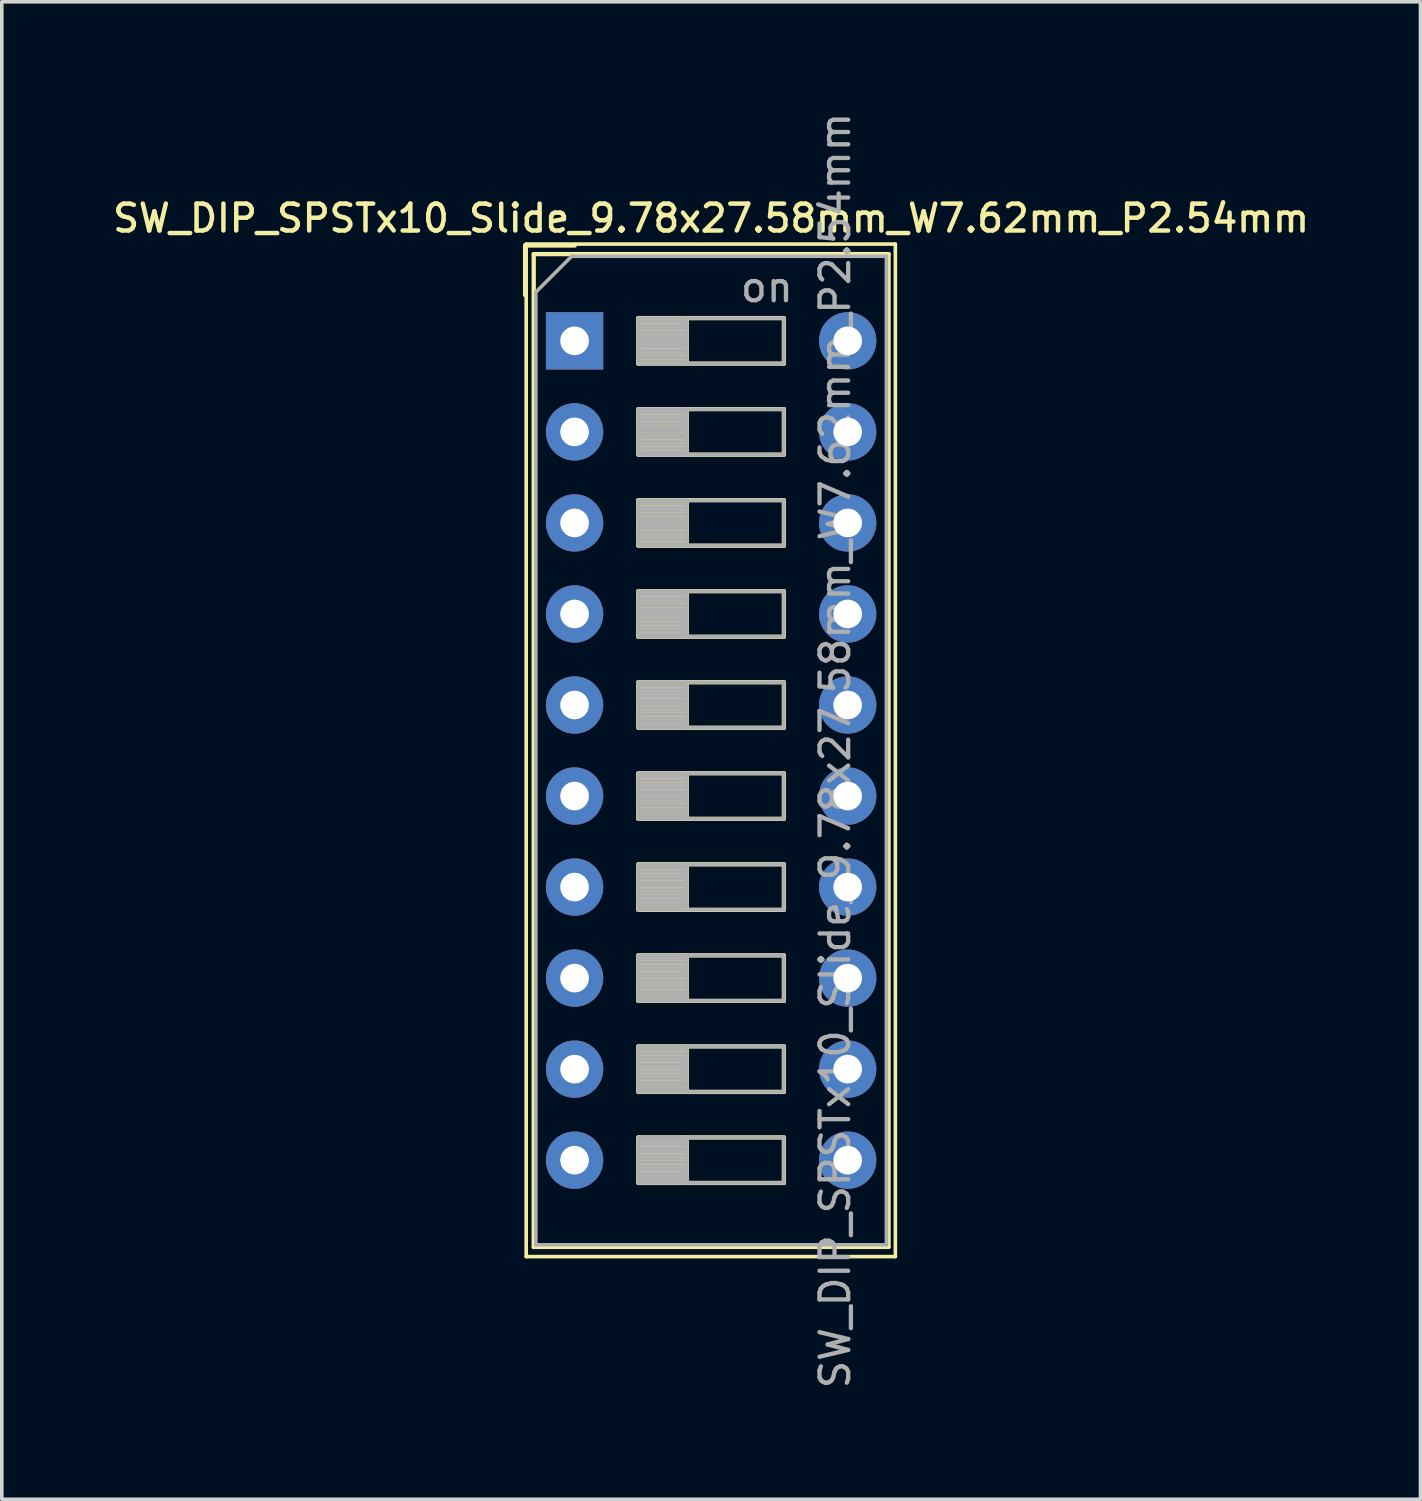
<source format=kicad_pcb>
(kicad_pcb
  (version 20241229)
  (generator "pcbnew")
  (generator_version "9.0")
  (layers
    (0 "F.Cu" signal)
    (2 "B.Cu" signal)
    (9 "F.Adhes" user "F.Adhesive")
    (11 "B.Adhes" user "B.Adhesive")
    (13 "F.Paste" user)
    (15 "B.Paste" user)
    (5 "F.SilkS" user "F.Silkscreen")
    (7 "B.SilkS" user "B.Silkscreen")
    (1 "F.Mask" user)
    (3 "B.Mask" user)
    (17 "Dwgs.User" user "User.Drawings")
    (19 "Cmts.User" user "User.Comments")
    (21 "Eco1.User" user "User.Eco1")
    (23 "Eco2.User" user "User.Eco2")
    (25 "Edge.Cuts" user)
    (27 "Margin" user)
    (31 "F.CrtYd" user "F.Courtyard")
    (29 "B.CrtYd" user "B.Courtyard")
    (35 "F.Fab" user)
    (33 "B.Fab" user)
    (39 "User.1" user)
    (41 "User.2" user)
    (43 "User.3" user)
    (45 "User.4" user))
  (footprint "SW_DIP_SPSTx10_Slide_9.78x27.58mm_W7.62mm_P2.54mm"
    (layer "F.Cu")
    (at 12.981 6.46)
    (property "Reference" "SW_DIP_SPSTx10_Slide_9.78x27.58mm_W7.62mm_P2.54mm" (at 3.81 -3.42 0) (layer "F.SilkS") (effects (font (size 0.75 0.75) (thickness 0.125))))
    (attr through_hole)
    (fp_line (start -1.38 -2.66) (end -1.38 -1.277) (stroke (width 0.12) (type solid)) (layer "F.SilkS"))
    (fp_line (start -1.38 -2.66) (end 0.004 -2.66) (stroke (width 0.12) (type solid)) (layer "F.SilkS"))
    (fp_line (start -1.35 -2.7) (end -1.35 25.55) (stroke (width 0.1) (type solid)) (layer "F.SilkS"))
    (fp_line (start -1.35 25.55) (end 8.95 25.55) (stroke (width 0.1) (type solid)) (layer "F.SilkS"))
    (fp_line (start -1.14 -2.42) (end -1.14 25.28) (stroke (width 0.12) (type solid)) (layer "F.SilkS"))
    (fp_line (start -1.14 -2.42) (end 8.76 -2.42) (stroke (width 0.12) (type solid)) (layer "F.SilkS"))
    (fp_line (start -1.14 25.28) (end 8.76 25.28) (stroke (width 0.12) (type solid)) (layer "F.SilkS"))
    (fp_line (start 1.78 -0.635) (end 1.78 0.635) (stroke (width 0.12) (type solid)) (layer "F.SilkS"))
    (fp_line (start 1.78 -0.515) (end 3.133 -0.515) (stroke (width 0.12) (type solid)) (layer "F.SilkS"))
    (fp_line (start 1.78 -0.395) (end 3.133 -0.395) (stroke (width 0.12) (type solid)) (layer "F.SilkS"))
    (fp_line (start 1.78 -0.275) (end 3.133 -0.275) (stroke (width 0.12) (type solid)) (layer "F.SilkS"))
    (fp_line (start 1.78 -0.155) (end 3.133 -0.155) (stroke (width 0.12) (type solid)) (layer "F.SilkS"))
    (fp_line (start 1.78 -0.035) (end 3.133 -0.035) (stroke (width 0.12) (type solid)) (layer "F.SilkS"))
    (fp_line (start 1.78 0.085) (end 3.133 0.085) (stroke (width 0.12) (type solid)) (layer "F.SilkS"))
    (fp_line (start 1.78 0.205) (end 3.133 0.205) (stroke (width 0.12) (type solid)) (layer "F.SilkS"))
    (fp_line (start 1.78 0.325) (end 3.133 0.325) (stroke (width 0.12) (type solid)) (layer "F.SilkS"))
    (fp_line (start 1.78 0.445) (end 3.133 0.445) (stroke (width 0.12) (type solid)) (layer "F.SilkS"))
    (fp_line (start 1.78 0.565) (end 3.133 0.565) (stroke (width 0.12) (type solid)) (layer "F.SilkS"))
    (fp_line (start 1.78 0.635) (end 5.84 0.635) (stroke (width 0.12) (type solid)) (layer "F.SilkS"))
    (fp_line (start 1.78 1.905) (end 1.78 3.175) (stroke (width 0.12) (type solid)) (layer "F.SilkS"))
    (fp_line (start 1.78 2.025) (end 3.133 2.025) (stroke (width 0.12) (type solid)) (layer "F.SilkS"))
    (fp_line (start 1.78 2.145) (end 3.133 2.145) (stroke (width 0.12) (type solid)) (layer "F.SilkS"))
    (fp_line (start 1.78 2.265) (end 3.133 2.265) (stroke (width 0.12) (type solid)) (layer "F.SilkS"))
    (fp_line (start 1.78 2.385) (end 3.133 2.385) (stroke (width 0.12) (type solid)) (layer "F.SilkS"))
    (fp_line (start 1.78 2.505) (end 3.133 2.505) (stroke (width 0.12) (type solid)) (layer "F.SilkS"))
    (fp_line (start 1.78 2.625) (end 3.133 2.625) (stroke (width 0.12) (type solid)) (layer "F.SilkS"))
    (fp_line (start 1.78 2.745) (end 3.133 2.745) (stroke (width 0.12) (type solid)) (layer "F.SilkS"))
    (fp_line (start 1.78 2.865) (end 3.133 2.865) (stroke (width 0.12) (type solid)) (layer "F.SilkS"))
    (fp_line (start 1.78 2.985) (end 3.133 2.985) (stroke (width 0.12) (type solid)) (layer "F.SilkS"))
    (fp_line (start 1.78 3.105) (end 3.133 3.105) (stroke (width 0.12) (type solid)) (layer "F.SilkS"))
    (fp_line (start 1.78 3.175) (end 5.84 3.175) (stroke (width 0.12) (type solid)) (layer "F.SilkS"))
    (fp_line (start 1.78 4.445) (end 1.78 5.715) (stroke (width 0.12) (type solid)) (layer "F.SilkS"))
    (fp_line (start 1.78 4.565) (end 3.133 4.565) (stroke (width 0.12) (type solid)) (layer "F.SilkS"))
    (fp_line (start 1.78 4.685) (end 3.133 4.685) (stroke (width 0.12) (type solid)) (layer "F.SilkS"))
    (fp_line (start 1.78 4.805) (end 3.133 4.805) (stroke (width 0.12) (type solid)) (layer "F.SilkS"))
    (fp_line (start 1.78 4.925) (end 3.133 4.925) (stroke (width 0.12) (type solid)) (layer "F.SilkS"))
    (fp_line (start 1.78 5.045) (end 3.133 5.045) (stroke (width 0.12) (type solid)) (layer "F.SilkS"))
    (fp_line (start 1.78 5.165) (end 3.133 5.165) (stroke (width 0.12) (type solid)) (layer "F.SilkS"))
    (fp_line (start 1.78 5.285) (end 3.133 5.285) (stroke (width 0.12) (type solid)) (layer "F.SilkS"))
    (fp_line (start 1.78 5.405) (end 3.133 5.405) (stroke (width 0.12) (type solid)) (layer "F.SilkS"))
    (fp_line (start 1.78 5.525) (end 3.133 5.525) (stroke (width 0.12) (type solid)) (layer "F.SilkS"))
    (fp_line (start 1.78 5.645) (end 3.133 5.645) (stroke (width 0.12) (type solid)) (layer "F.SilkS"))
    (fp_line (start 1.78 5.715) (end 5.84 5.715) (stroke (width 0.12) (type solid)) (layer "F.SilkS"))
    (fp_line (start 1.78 6.985) (end 1.78 8.255) (stroke (width 0.12) (type solid)) (layer "F.SilkS"))
    (fp_line (start 1.78 7.105) (end 3.133 7.105) (stroke (width 0.12) (type solid)) (layer "F.SilkS"))
    (fp_line (start 1.78 7.225) (end 3.133 7.225) (stroke (width 0.12) (type solid)) (layer "F.SilkS"))
    (fp_line (start 1.78 7.345) (end 3.133 7.345) (stroke (width 0.12) (type solid)) (layer "F.SilkS"))
    (fp_line (start 1.78 7.465) (end 3.133 7.465) (stroke (width 0.12) (type solid)) (layer "F.SilkS"))
    (fp_line (start 1.78 7.585) (end 3.133 7.585) (stroke (width 0.12) (type solid)) (layer "F.SilkS"))
    (fp_line (start 1.78 7.705) (end 3.133 7.705) (stroke (width 0.12) (type solid)) (layer "F.SilkS"))
    (fp_line (start 1.78 7.825) (end 3.133 7.825) (stroke (width 0.12) (type solid)) (layer "F.SilkS"))
    (fp_line (start 1.78 7.945) (end 3.133 7.945) (stroke (width 0.12) (type solid)) (layer "F.SilkS"))
    (fp_line (start 1.78 8.065) (end 3.133 8.065) (stroke (width 0.12) (type solid)) (layer "F.SilkS"))
    (fp_line (start 1.78 8.185) (end 3.133 8.185) (stroke (width 0.12) (type solid)) (layer "F.SilkS"))
    (fp_line (start 1.78 8.255) (end 5.84 8.255) (stroke (width 0.12) (type solid)) (layer "F.SilkS"))
    (fp_line (start 1.78 9.525) (end 1.78 10.795) (stroke (width 0.12) (type solid)) (layer "F.SilkS"))
    (fp_line (start 1.78 9.645) (end 3.133 9.645) (stroke (width 0.12) (type solid)) (layer "F.SilkS"))
    (fp_line (start 1.78 9.765) (end 3.133 9.765) (stroke (width 0.12) (type solid)) (layer "F.SilkS"))
    (fp_line (start 1.78 9.885) (end 3.133 9.885) (stroke (width 0.12) (type solid)) (layer "F.SilkS"))
    (fp_line (start 1.78 10.005) (end 3.133 10.005) (stroke (width 0.12) (type solid)) (layer "F.SilkS"))
    (fp_line (start 1.78 10.125) (end 3.133 10.125) (stroke (width 0.12) (type solid)) (layer "F.SilkS"))
    (fp_line (start 1.78 10.245) (end 3.133 10.245) (stroke (width 0.12) (type solid)) (layer "F.SilkS"))
    (fp_line (start 1.78 10.365) (end 3.133 10.365) (stroke (width 0.12) (type solid)) (layer "F.SilkS"))
    (fp_line (start 1.78 10.485) (end 3.133 10.485) (stroke (width 0.12) (type solid)) (layer "F.SilkS"))
    (fp_line (start 1.78 10.605) (end 3.133 10.605) (stroke (width 0.12) (type solid)) (layer "F.SilkS"))
    (fp_line (start 1.78 10.725) (end 3.133 10.725) (stroke (width 0.12) (type solid)) (layer "F.SilkS"))
    (fp_line (start 1.78 10.795) (end 5.84 10.795) (stroke (width 0.12) (type solid)) (layer "F.SilkS"))
    (fp_line (start 1.78 12.065) (end 1.78 13.335) (stroke (width 0.12) (type solid)) (layer "F.SilkS"))
    (fp_line (start 1.78 12.185) (end 3.133 12.185) (stroke (width 0.12) (type solid)) (layer "F.SilkS"))
    (fp_line (start 1.78 12.305) (end 3.133 12.305) (stroke (width 0.12) (type solid)) (layer "F.SilkS"))
    (fp_line (start 1.78 12.425) (end 3.133 12.425) (stroke (width 0.12) (type solid)) (layer "F.SilkS"))
    (fp_line (start 1.78 12.545) (end 3.133 12.545) (stroke (width 0.12) (type solid)) (layer "F.SilkS"))
    (fp_line (start 1.78 12.665) (end 3.133 12.665) (stroke (width 0.12) (type solid)) (layer "F.SilkS"))
    (fp_line (start 1.78 12.785) (end 3.133 12.785) (stroke (width 0.12) (type solid)) (layer "F.SilkS"))
    (fp_line (start 1.78 12.905) (end 3.133 12.905) (stroke (width 0.12) (type solid)) (layer "F.SilkS"))
    (fp_line (start 1.78 13.025) (end 3.133 13.025) (stroke (width 0.12) (type solid)) (layer "F.SilkS"))
    (fp_line (start 1.78 13.145) (end 3.133 13.145) (stroke (width 0.12) (type solid)) (layer "F.SilkS"))
    (fp_line (start 1.78 13.265) (end 3.133 13.265) (stroke (width 0.12) (type solid)) (layer "F.SilkS"))
    (fp_line (start 1.78 13.335) (end 5.84 13.335) (stroke (width 0.12) (type solid)) (layer "F.SilkS"))
    (fp_line (start 1.78 14.605) (end 1.78 15.875) (stroke (width 0.12) (type solid)) (layer "F.SilkS"))
    (fp_line (start 1.78 14.725) (end 3.133 14.725) (stroke (width 0.12) (type solid)) (layer "F.SilkS"))
    (fp_line (start 1.78 14.845) (end 3.133 14.845) (stroke (width 0.12) (type solid)) (layer "F.SilkS"))
    (fp_line (start 1.78 14.965) (end 3.133 14.965) (stroke (width 0.12) (type solid)) (layer "F.SilkS"))
    (fp_line (start 1.78 15.085) (end 3.133 15.085) (stroke (width 0.12) (type solid)) (layer "F.SilkS"))
    (fp_line (start 1.78 15.205) (end 3.133 15.205) (stroke (width 0.12) (type solid)) (layer "F.SilkS"))
    (fp_line (start 1.78 15.325) (end 3.133 15.325) (stroke (width 0.12) (type solid)) (layer "F.SilkS"))
    (fp_line (start 1.78 15.445) (end 3.133 15.445) (stroke (width 0.12) (type solid)) (layer "F.SilkS"))
    (fp_line (start 1.78 15.565) (end 3.133 15.565) (stroke (width 0.12) (type solid)) (layer "F.SilkS"))
    (fp_line (start 1.78 15.685) (end 3.133 15.685) (stroke (width 0.12) (type solid)) (layer "F.SilkS"))
    (fp_line (start 1.78 15.805) (end 3.133 15.805) (stroke (width 0.12) (type solid)) (layer "F.SilkS"))
    (fp_line (start 1.78 15.875) (end 5.84 15.875) (stroke (width 0.12) (type solid)) (layer "F.SilkS"))
    (fp_line (start 1.78 17.145) (end 1.78 18.415) (stroke (width 0.12) (type solid)) (layer "F.SilkS"))
    (fp_line (start 1.78 17.265) (end 3.133 17.265) (stroke (width 0.12) (type solid)) (layer "F.SilkS"))
    (fp_line (start 1.78 17.385) (end 3.133 17.385) (stroke (width 0.12) (type solid)) (layer "F.SilkS"))
    (fp_line (start 1.78 17.505) (end 3.133 17.505) (stroke (width 0.12) (type solid)) (layer "F.SilkS"))
    (fp_line (start 1.78 17.625) (end 3.133 17.625) (stroke (width 0.12) (type solid)) (layer "F.SilkS"))
    (fp_line (start 1.78 17.745) (end 3.133 17.745) (stroke (width 0.12) (type solid)) (layer "F.SilkS"))
    (fp_line (start 1.78 17.865) (end 3.133 17.865) (stroke (width 0.12) (type solid)) (layer "F.SilkS"))
    (fp_line (start 1.78 17.985) (end 3.133 17.985) (stroke (width 0.12) (type solid)) (layer "F.SilkS"))
    (fp_line (start 1.78 18.105) (end 3.133 18.105) (stroke (width 0.12) (type solid)) (layer "F.SilkS"))
    (fp_line (start 1.78 18.225) (end 3.133 18.225) (stroke (width 0.12) (type solid)) (layer "F.SilkS"))
    (fp_line (start 1.78 18.345) (end 3.133 18.345) (stroke (width 0.12) (type solid)) (layer "F.SilkS"))
    (fp_line (start 1.78 18.415) (end 5.84 18.415) (stroke (width 0.12) (type solid)) (layer "F.SilkS"))
    (fp_line (start 1.78 19.685) (end 1.78 20.955) (stroke (width 0.12) (type solid)) (layer "F.SilkS"))
    (fp_line (start 1.78 19.805) (end 3.133 19.805) (stroke (width 0.12) (type solid)) (layer "F.SilkS"))
    (fp_line (start 1.78 19.925) (end 3.133 19.925) (stroke (width 0.12) (type solid)) (layer "F.SilkS"))
    (fp_line (start 1.78 20.045) (end 3.133 20.045) (stroke (width 0.12) (type solid)) (layer "F.SilkS"))
    (fp_line (start 1.78 20.165) (end 3.133 20.165) (stroke (width 0.12) (type solid)) (layer "F.SilkS"))
    (fp_line (start 1.78 20.285) (end 3.133 20.285) (stroke (width 0.12) (type solid)) (layer "F.SilkS"))
    (fp_line (start 1.78 20.405) (end 3.133 20.405) (stroke (width 0.12) (type solid)) (layer "F.SilkS"))
    (fp_line (start 1.78 20.525) (end 3.133 20.525) (stroke (width 0.12) (type solid)) (layer "F.SilkS"))
    (fp_line (start 1.78 20.645) (end 3.133 20.645) (stroke (width 0.12) (type solid)) (layer "F.SilkS"))
    (fp_line (start 1.78 20.765) (end 3.133 20.765) (stroke (width 0.12) (type solid)) (layer "F.SilkS"))
    (fp_line (start 1.78 20.885) (end 3.133 20.885) (stroke (width 0.12) (type solid)) (layer "F.SilkS"))
    (fp_line (start 1.78 20.955) (end 5.84 20.955) (stroke (width 0.12) (type solid)) (layer "F.SilkS"))
    (fp_line (start 1.78 22.225) (end 1.78 23.495) (stroke (width 0.12) (type solid)) (layer "F.SilkS"))
    (fp_line (start 1.78 22.345) (end 3.133 22.345) (stroke (width 0.12) (type solid)) (layer "F.SilkS"))
    (fp_line (start 1.78 22.465) (end 3.133 22.465) (stroke (width 0.12) (type solid)) (layer "F.SilkS"))
    (fp_line (start 1.78 22.585) (end 3.133 22.585) (stroke (width 0.12) (type solid)) (layer "F.SilkS"))
    (fp_line (start 1.78 22.705) (end 3.133 22.705) (stroke (width 0.12) (type solid)) (layer "F.SilkS"))
    (fp_line (start 1.78 22.825) (end 3.133 22.825) (stroke (width 0.12) (type solid)) (layer "F.SilkS"))
    (fp_line (start 1.78 22.945) (end 3.133 22.945) (stroke (width 0.12) (type solid)) (layer "F.SilkS"))
    (fp_line (start 1.78 23.065) (end 3.133 23.065) (stroke (width 0.12) (type solid)) (layer "F.SilkS"))
    (fp_line (start 1.78 23.185) (end 3.133 23.185) (stroke (width 0.12) (type solid)) (layer "F.SilkS"))
    (fp_line (start 1.78 23.305) (end 3.133 23.305) (stroke (width 0.12) (type solid)) (layer "F.SilkS"))
    (fp_line (start 1.78 23.425) (end 3.133 23.425) (stroke (width 0.12) (type solid)) (layer "F.SilkS"))
    (fp_line (start 1.78 23.495) (end 5.84 23.495) (stroke (width 0.12) (type solid)) (layer "F.SilkS"))
    (fp_line (start 3.133 -0.635) (end 3.133 0.635) (stroke (width 0.12) (type solid)) (layer "F.SilkS"))
    (fp_line (start 3.133 1.905) (end 3.133 3.175) (stroke (width 0.12) (type solid)) (layer "F.SilkS"))
    (fp_line (start 3.133 4.445) (end 3.133 5.715) (stroke (width 0.12) (type solid)) (layer "F.SilkS"))
    (fp_line (start 3.133 6.985) (end 3.133 8.255) (stroke (width 0.12) (type solid)) (layer "F.SilkS"))
    (fp_line (start 3.133 9.525) (end 3.133 10.795) (stroke (width 0.12) (type solid)) (layer "F.SilkS"))
    (fp_line (start 3.133 12.065) (end 3.133 13.335) (stroke (width 0.12) (type solid)) (layer "F.SilkS"))
    (fp_line (start 3.133 14.605) (end 3.133 15.875) (stroke (width 0.12) (type solid)) (layer "F.SilkS"))
    (fp_line (start 3.133 17.145) (end 3.133 18.415) (stroke (width 0.12) (type solid)) (layer "F.SilkS"))
    (fp_line (start 3.133 19.685) (end 3.133 20.955) (stroke (width 0.12) (type solid)) (layer "F.SilkS"))
    (fp_line (start 3.133 22.225) (end 3.133 23.495) (stroke (width 0.12) (type solid)) (layer "F.SilkS"))
    (fp_line (start 5.84 -0.635) (end 1.78 -0.635) (stroke (width 0.12) (type solid)) (layer "F.SilkS"))
    (fp_line (start 5.84 0.635) (end 5.84 -0.635) (stroke (width 0.12) (type solid)) (layer "F.SilkS"))
    (fp_line (start 5.84 1.905) (end 1.78 1.905) (stroke (width 0.12) (type solid)) (layer "F.SilkS"))
    (fp_line (start 5.84 3.175) (end 5.84 1.905) (stroke (width 0.12) (type solid)) (layer "F.SilkS"))
    (fp_line (start 5.84 4.445) (end 1.78 4.445) (stroke (width 0.12) (type solid)) (layer "F.SilkS"))
    (fp_line (start 5.84 5.715) (end 5.84 4.445) (stroke (width 0.12) (type solid)) (layer "F.SilkS"))
    (fp_line (start 5.84 6.985) (end 1.78 6.985) (stroke (width 0.12) (type solid)) (layer "F.SilkS"))
    (fp_line (start 5.84 8.255) (end 5.84 6.985) (stroke (width 0.12) (type solid)) (layer "F.SilkS"))
    (fp_line (start 5.84 9.525) (end 1.78 9.525) (stroke (width 0.12) (type solid)) (layer "F.SilkS"))
    (fp_line (start 5.84 10.795) (end 5.84 9.525) (stroke (width 0.12) (type solid)) (layer "F.SilkS"))
    (fp_line (start 5.84 12.065) (end 1.78 12.065) (stroke (width 0.12) (type solid)) (layer "F.SilkS"))
    (fp_line (start 5.84 13.335) (end 5.84 12.065) (stroke (width 0.12) (type solid)) (layer "F.SilkS"))
    (fp_line (start 5.84 14.605) (end 1.78 14.605) (stroke (width 0.12) (type solid)) (layer "F.SilkS"))
    (fp_line (start 5.84 15.875) (end 5.84 14.605) (stroke (width 0.12) (type solid)) (layer "F.SilkS"))
    (fp_line (start 5.84 17.145) (end 1.78 17.145) (stroke (width 0.12) (type solid)) (layer "F.SilkS"))
    (fp_line (start 5.84 18.415) (end 5.84 17.145) (stroke (width 0.12) (type solid)) (layer "F.SilkS"))
    (fp_line (start 5.84 19.685) (end 1.78 19.685) (stroke (width 0.12) (type solid)) (layer "F.SilkS"))
    (fp_line (start 5.84 20.955) (end 5.84 19.685) (stroke (width 0.12) (type solid)) (layer "F.SilkS"))
    (fp_line (start 5.84 22.225) (end 1.78 22.225) (stroke (width 0.12) (type solid)) (layer "F.SilkS"))
    (fp_line (start 5.84 23.495) (end 5.84 22.225) (stroke (width 0.12) (type solid)) (layer "F.SilkS"))
    (fp_line (start 8.76 -2.42) (end 8.76 25.28) (stroke (width 0.12) (type solid)) (layer "F.SilkS"))
    (fp_line (start 8.95 -2.7) (end -1.35 -2.7) (stroke (width 0.1) (type solid)) (layer "F.SilkS"))
    (fp_line (start 8.95 25.55) (end 8.95 -2.7) (stroke (width 0.1) (type solid)) (layer "F.SilkS"))
    (fp_line (start -1.08 -1.36) (end -0.08 -2.36) (stroke (width 0.1) (type solid)) (layer "F.Fab"))
    (fp_line (start -1.08 25.22) (end -1.08 -1.36) (stroke (width 0.1) (type solid)) (layer "F.Fab"))
    (fp_line (start -0.08 -2.36) (end 8.7 -2.36) (stroke (width 0.1) (type solid)) (layer "F.Fab"))
    (fp_line (start 1.78 -0.635) (end 1.78 0.635) (stroke (width 0.1) (type solid)) (layer "F.Fab"))
    (fp_line (start 1.78 -0.535) (end 3.133 -0.535) (stroke (width 0.1) (type solid)) (layer "F.Fab"))
    (fp_line (start 1.78 -0.435) (end 3.133 -0.435) (stroke (width 0.1) (type solid)) (layer "F.Fab"))
    (fp_line (start 1.78 -0.335) (end 3.133 -0.335) (stroke (width 0.1) (type solid)) (layer "F.Fab"))
    (fp_line (start 1.78 -0.235) (end 3.133 -0.235) (stroke (width 0.1) (type solid)) (layer "F.Fab"))
    (fp_line (start 1.78 -0.135) (end 3.133 -0.135) (stroke (width 0.1) (type solid)) (layer "F.Fab"))
    (fp_line (start 1.78 -0.035) (end 3.133 -0.035) (stroke (width 0.1) (type solid)) (layer "F.Fab"))
    (fp_line (start 1.78 0.065) (end 3.133 0.065) (stroke (width 0.1) (type solid)) (layer "F.Fab"))
    (fp_line (start 1.78 0.165) (end 3.133 0.165) (stroke (width 0.1) (type solid)) (layer "F.Fab"))
    (fp_line (start 1.78 0.265) (end 3.133 0.265) (stroke (width 0.1) (type solid)) (layer "F.Fab"))
    (fp_line (start 1.78 0.365) (end 3.133 0.365) (stroke (width 0.1) (type solid)) (layer "F.Fab"))
    (fp_line (start 1.78 0.465) (end 3.133 0.465) (stroke (width 0.1) (type solid)) (layer "F.Fab"))
    (fp_line (start 1.78 0.565) (end 3.133 0.565) (stroke (width 0.1) (type solid)) (layer "F.Fab"))
    (fp_line (start 1.78 0.635) (end 5.84 0.635) (stroke (width 0.1) (type solid)) (layer "F.Fab"))
    (fp_line (start 1.78 1.905) (end 1.78 3.175) (stroke (width 0.1) (type solid)) (layer "F.Fab"))
    (fp_line (start 1.78 2.005) (end 3.133 2.005) (stroke (width 0.1) (type solid)) (layer "F.Fab"))
    (fp_line (start 1.78 2.105) (end 3.133 2.105) (stroke (width 0.1) (type solid)) (layer "F.Fab"))
    (fp_line (start 1.78 2.205) (end 3.133 2.205) (stroke (width 0.1) (type solid)) (layer "F.Fab"))
    (fp_line (start 1.78 2.305) (end 3.133 2.305) (stroke (width 0.1) (type solid)) (layer "F.Fab"))
    (fp_line (start 1.78 2.405) (end 3.133 2.405) (stroke (width 0.1) (type solid)) (layer "F.Fab"))
    (fp_line (start 1.78 2.505) (end 3.133 2.505) (stroke (width 0.1) (type solid)) (layer "F.Fab"))
    (fp_line (start 1.78 2.605) (end 3.133 2.605) (stroke (width 0.1) (type solid)) (layer "F.Fab"))
    (fp_line (start 1.78 2.705) (end 3.133 2.705) (stroke (width 0.1) (type solid)) (layer "F.Fab"))
    (fp_line (start 1.78 2.805) (end 3.133 2.805) (stroke (width 0.1) (type solid)) (layer "F.Fab"))
    (fp_line (start 1.78 2.905) (end 3.133 2.905) (stroke (width 0.1) (type solid)) (layer "F.Fab"))
    (fp_line (start 1.78 3.005) (end 3.133 3.005) (stroke (width 0.1) (type solid)) (layer "F.Fab"))
    (fp_line (start 1.78 3.105) (end 3.133 3.105) (stroke (width 0.1) (type solid)) (layer "F.Fab"))
    (fp_line (start 1.78 3.175) (end 5.84 3.175) (stroke (width 0.1) (type solid)) (layer "F.Fab"))
    (fp_line (start 1.78 4.445) (end 1.78 5.715) (stroke (width 0.1) (type solid)) (layer "F.Fab"))
    (fp_line (start 1.78 4.545) (end 3.133 4.545) (stroke (width 0.1) (type solid)) (layer "F.Fab"))
    (fp_line (start 1.78 4.645) (end 3.133 4.645) (stroke (width 0.1) (type solid)) (layer "F.Fab"))
    (fp_line (start 1.78 4.745) (end 3.133 4.745) (stroke (width 0.1) (type solid)) (layer "F.Fab"))
    (fp_line (start 1.78 4.845) (end 3.133 4.845) (stroke (width 0.1) (type solid)) (layer "F.Fab"))
    (fp_line (start 1.78 4.945) (end 3.133 4.945) (stroke (width 0.1) (type solid)) (layer "F.Fab"))
    (fp_line (start 1.78 5.045) (end 3.133 5.045) (stroke (width 0.1) (type solid)) (layer "F.Fab"))
    (fp_line (start 1.78 5.145) (end 3.133 5.145) (stroke (width 0.1) (type solid)) (layer "F.Fab"))
    (fp_line (start 1.78 5.245) (end 3.133 5.245) (stroke (width 0.1) (type solid)) (layer "F.Fab"))
    (fp_line (start 1.78 5.345) (end 3.133 5.345) (stroke (width 0.1) (type solid)) (layer "F.Fab"))
    (fp_line (start 1.78 5.445) (end 3.133 5.445) (stroke (width 0.1) (type solid)) (layer "F.Fab"))
    (fp_line (start 1.78 5.545) (end 3.133 5.545) (stroke (width 0.1) (type solid)) (layer "F.Fab"))
    (fp_line (start 1.78 5.645) (end 3.133 5.645) (stroke (width 0.1) (type solid)) (layer "F.Fab"))
    (fp_line (start 1.78 5.715) (end 5.84 5.715) (stroke (width 0.1) (type solid)) (layer "F.Fab"))
    (fp_line (start 1.78 6.985) (end 1.78 8.255) (stroke (width 0.1) (type solid)) (layer "F.Fab"))
    (fp_line (start 1.78 7.085) (end 3.133 7.085) (stroke (width 0.1) (type solid)) (layer "F.Fab"))
    (fp_line (start 1.78 7.185) (end 3.133 7.185) (stroke (width 0.1) (type solid)) (layer "F.Fab"))
    (fp_line (start 1.78 7.285) (end 3.133 7.285) (stroke (width 0.1) (type solid)) (layer "F.Fab"))
    (fp_line (start 1.78 7.385) (end 3.133 7.385) (stroke (width 0.1) (type solid)) (layer "F.Fab"))
    (fp_line (start 1.78 7.485) (end 3.133 7.485) (stroke (width 0.1) (type solid)) (layer "F.Fab"))
    (fp_line (start 1.78 7.585) (end 3.133 7.585) (stroke (width 0.1) (type solid)) (layer "F.Fab"))
    (fp_line (start 1.78 7.685) (end 3.133 7.685) (stroke (width 0.1) (type solid)) (layer "F.Fab"))
    (fp_line (start 1.78 7.785) (end 3.133 7.785) (stroke (width 0.1) (type solid)) (layer "F.Fab"))
    (fp_line (start 1.78 7.885) (end 3.133 7.885) (stroke (width 0.1) (type solid)) (layer "F.Fab"))
    (fp_line (start 1.78 7.985) (end 3.133 7.985) (stroke (width 0.1) (type solid)) (layer "F.Fab"))
    (fp_line (start 1.78 8.085) (end 3.133 8.085) (stroke (width 0.1) (type solid)) (layer "F.Fab"))
    (fp_line (start 1.78 8.185) (end 3.133 8.185) (stroke (width 0.1) (type solid)) (layer "F.Fab"))
    (fp_line (start 1.78 8.255) (end 5.84 8.255) (stroke (width 0.1) (type solid)) (layer "F.Fab"))
    (fp_line (start 1.78 9.525) (end 1.78 10.795) (stroke (width 0.1) (type solid)) (layer "F.Fab"))
    (fp_line (start 1.78 9.625) (end 3.133 9.625) (stroke (width 0.1) (type solid)) (layer "F.Fab"))
    (fp_line (start 1.78 9.725) (end 3.133 9.725) (stroke (width 0.1) (type solid)) (layer "F.Fab"))
    (fp_line (start 1.78 9.825) (end 3.133 9.825) (stroke (width 0.1) (type solid)) (layer "F.Fab"))
    (fp_line (start 1.78 9.925) (end 3.133 9.925) (stroke (width 0.1) (type solid)) (layer "F.Fab"))
    (fp_line (start 1.78 10.025) (end 3.133 10.025) (stroke (width 0.1) (type solid)) (layer "F.Fab"))
    (fp_line (start 1.78 10.125) (end 3.133 10.125) (stroke (width 0.1) (type solid)) (layer "F.Fab"))
    (fp_line (start 1.78 10.225) (end 3.133 10.225) (stroke (width 0.1) (type solid)) (layer "F.Fab"))
    (fp_line (start 1.78 10.325) (end 3.133 10.325) (stroke (width 0.1) (type solid)) (layer "F.Fab"))
    (fp_line (start 1.78 10.425) (end 3.133 10.425) (stroke (width 0.1) (type solid)) (layer "F.Fab"))
    (fp_line (start 1.78 10.525) (end 3.133 10.525) (stroke (width 0.1) (type solid)) (layer "F.Fab"))
    (fp_line (start 1.78 10.625) (end 3.133 10.625) (stroke (width 0.1) (type solid)) (layer "F.Fab"))
    (fp_line (start 1.78 10.725) (end 3.133 10.725) (stroke (width 0.1) (type solid)) (layer "F.Fab"))
    (fp_line (start 1.78 10.795) (end 5.84 10.795) (stroke (width 0.1) (type solid)) (layer "F.Fab"))
    (fp_line (start 1.78 12.065) (end 1.78 13.335) (stroke (width 0.1) (type solid)) (layer "F.Fab"))
    (fp_line (start 1.78 12.165) (end 3.133 12.165) (stroke (width 0.1) (type solid)) (layer "F.Fab"))
    (fp_line (start 1.78 12.265) (end 3.133 12.265) (stroke (width 0.1) (type solid)) (layer "F.Fab"))
    (fp_line (start 1.78 12.365) (end 3.133 12.365) (stroke (width 0.1) (type solid)) (layer "F.Fab"))
    (fp_line (start 1.78 12.465) (end 3.133 12.465) (stroke (width 0.1) (type solid)) (layer "F.Fab"))
    (fp_line (start 1.78 12.565) (end 3.133 12.565) (stroke (width 0.1) (type solid)) (layer "F.Fab"))
    (fp_line (start 1.78 12.665) (end 3.133 12.665) (stroke (width 0.1) (type solid)) (layer "F.Fab"))
    (fp_line (start 1.78 12.765) (end 3.133 12.765) (stroke (width 0.1) (type solid)) (layer "F.Fab"))
    (fp_line (start 1.78 12.865) (end 3.133 12.865) (stroke (width 0.1) (type solid)) (layer "F.Fab"))
    (fp_line (start 1.78 12.965) (end 3.133 12.965) (stroke (width 0.1) (type solid)) (layer "F.Fab"))
    (fp_line (start 1.78 13.065) (end 3.133 13.065) (stroke (width 0.1) (type solid)) (layer "F.Fab"))
    (fp_line (start 1.78 13.165) (end 3.133 13.165) (stroke (width 0.1) (type solid)) (layer "F.Fab"))
    (fp_line (start 1.78 13.265) (end 3.133 13.265) (stroke (width 0.1) (type solid)) (layer "F.Fab"))
    (fp_line (start 1.78 13.335) (end 5.84 13.335) (stroke (width 0.1) (type solid)) (layer "F.Fab"))
    (fp_line (start 1.78 14.605) (end 1.78 15.875) (stroke (width 0.1) (type solid)) (layer "F.Fab"))
    (fp_line (start 1.78 14.705) (end 3.133 14.705) (stroke (width 0.1) (type solid)) (layer "F.Fab"))
    (fp_line (start 1.78 14.805) (end 3.133 14.805) (stroke (width 0.1) (type solid)) (layer "F.Fab"))
    (fp_line (start 1.78 14.905) (end 3.133 14.905) (stroke (width 0.1) (type solid)) (layer "F.Fab"))
    (fp_line (start 1.78 15.005) (end 3.133 15.005) (stroke (width 0.1) (type solid)) (layer "F.Fab"))
    (fp_line (start 1.78 15.105) (end 3.133 15.105) (stroke (width 0.1) (type solid)) (layer "F.Fab"))
    (fp_line (start 1.78 15.205) (end 3.133 15.205) (stroke (width 0.1) (type solid)) (layer "F.Fab"))
    (fp_line (start 1.78 15.305) (end 3.133 15.305) (stroke (width 0.1) (type solid)) (layer "F.Fab"))
    (fp_line (start 1.78 15.405) (end 3.133 15.405) (stroke (width 0.1) (type solid)) (layer "F.Fab"))
    (fp_line (start 1.78 15.505) (end 3.133 15.505) (stroke (width 0.1) (type solid)) (layer "F.Fab"))
    (fp_line (start 1.78 15.605) (end 3.133 15.605) (stroke (width 0.1) (type solid)) (layer "F.Fab"))
    (fp_line (start 1.78 15.705) (end 3.133 15.705) (stroke (width 0.1) (type solid)) (layer "F.Fab"))
    (fp_line (start 1.78 15.805) (end 3.133 15.805) (stroke (width 0.1) (type solid)) (layer "F.Fab"))
    (fp_line (start 1.78 15.875) (end 5.84 15.875) (stroke (width 0.1) (type solid)) (layer "F.Fab"))
    (fp_line (start 1.78 17.145) (end 1.78 18.415) (stroke (width 0.1) (type solid)) (layer "F.Fab"))
    (fp_line (start 1.78 17.245) (end 3.133 17.245) (stroke (width 0.1) (type solid)) (layer "F.Fab"))
    (fp_line (start 1.78 17.345) (end 3.133 17.345) (stroke (width 0.1) (type solid)) (layer "F.Fab"))
    (fp_line (start 1.78 17.445) (end 3.133 17.445) (stroke (width 0.1) (type solid)) (layer "F.Fab"))
    (fp_line (start 1.78 17.545) (end 3.133 17.545) (stroke (width 0.1) (type solid)) (layer "F.Fab"))
    (fp_line (start 1.78 17.645) (end 3.133 17.645) (stroke (width 0.1) (type solid)) (layer "F.Fab"))
    (fp_line (start 1.78 17.745) (end 3.133 17.745) (stroke (width 0.1) (type solid)) (layer "F.Fab"))
    (fp_line (start 1.78 17.845) (end 3.133 17.845) (stroke (width 0.1) (type solid)) (layer "F.Fab"))
    (fp_line (start 1.78 17.945) (end 3.133 17.945) (stroke (width 0.1) (type solid)) (layer "F.Fab"))
    (fp_line (start 1.78 18.045) (end 3.133 18.045) (stroke (width 0.1) (type solid)) (layer "F.Fab"))
    (fp_line (start 1.78 18.145) (end 3.133 18.145) (stroke (width 0.1) (type solid)) (layer "F.Fab"))
    (fp_line (start 1.78 18.245) (end 3.133 18.245) (stroke (width 0.1) (type solid)) (layer "F.Fab"))
    (fp_line (start 1.78 18.345) (end 3.133 18.345) (stroke (width 0.1) (type solid)) (layer "F.Fab"))
    (fp_line (start 1.78 18.415) (end 5.84 18.415) (stroke (width 0.1) (type solid)) (layer "F.Fab"))
    (fp_line (start 1.78 19.685) (end 1.78 20.955) (stroke (width 0.1) (type solid)) (layer "F.Fab"))
    (fp_line (start 1.78 19.785) (end 3.133 19.785) (stroke (width 0.1) (type solid)) (layer "F.Fab"))
    (fp_line (start 1.78 19.885) (end 3.133 19.885) (stroke (width 0.1) (type solid)) (layer "F.Fab"))
    (fp_line (start 1.78 19.985) (end 3.133 19.985) (stroke (width 0.1) (type solid)) (layer "F.Fab"))
    (fp_line (start 1.78 20.085) (end 3.133 20.085) (stroke (width 0.1) (type solid)) (layer "F.Fab"))
    (fp_line (start 1.78 20.185) (end 3.133 20.185) (stroke (width 0.1) (type solid)) (layer "F.Fab"))
    (fp_line (start 1.78 20.285) (end 3.133 20.285) (stroke (width 0.1) (type solid)) (layer "F.Fab"))
    (fp_line (start 1.78 20.385) (end 3.133 20.385) (stroke (width 0.1) (type solid)) (layer "F.Fab"))
    (fp_line (start 1.78 20.485) (end 3.133 20.485) (stroke (width 0.1) (type solid)) (layer "F.Fab"))
    (fp_line (start 1.78 20.585) (end 3.133 20.585) (stroke (width 0.1) (type solid)) (layer "F.Fab"))
    (fp_line (start 1.78 20.685) (end 3.133 20.685) (stroke (width 0.1) (type solid)) (layer "F.Fab"))
    (fp_line (start 1.78 20.785) (end 3.133 20.785) (stroke (width 0.1) (type solid)) (layer "F.Fab"))
    (fp_line (start 1.78 20.885) (end 3.133 20.885) (stroke (width 0.1) (type solid)) (layer "F.Fab"))
    (fp_line (start 1.78 20.955) (end 5.84 20.955) (stroke (width 0.1) (type solid)) (layer "F.Fab"))
    (fp_line (start 1.78 22.225) (end 1.78 23.495) (stroke (width 0.1) (type solid)) (layer "F.Fab"))
    (fp_line (start 1.78 22.325) (end 3.133 22.325) (stroke (width 0.1) (type solid)) (layer "F.Fab"))
    (fp_line (start 1.78 22.425) (end 3.133 22.425) (stroke (width 0.1) (type solid)) (layer "F.Fab"))
    (fp_line (start 1.78 22.525) (end 3.133 22.525) (stroke (width 0.1) (type solid)) (layer "F.Fab"))
    (fp_line (start 1.78 22.625) (end 3.133 22.625) (stroke (width 0.1) (type solid)) (layer "F.Fab"))
    (fp_line (start 1.78 22.725) (end 3.133 22.725) (stroke (width 0.1) (type solid)) (layer "F.Fab"))
    (fp_line (start 1.78 22.825) (end 3.133 22.825) (stroke (width 0.1) (type solid)) (layer "F.Fab"))
    (fp_line (start 1.78 22.925) (end 3.133 22.925) (stroke (width 0.1) (type solid)) (layer "F.Fab"))
    (fp_line (start 1.78 23.025) (end 3.133 23.025) (stroke (width 0.1) (type solid)) (layer "F.Fab"))
    (fp_line (start 1.78 23.125) (end 3.133 23.125) (stroke (width 0.1) (type solid)) (layer "F.Fab"))
    (fp_line (start 1.78 23.225) (end 3.133 23.225) (stroke (width 0.1) (type solid)) (layer "F.Fab"))
    (fp_line (start 1.78 23.325) (end 3.133 23.325) (stroke (width 0.1) (type solid)) (layer "F.Fab"))
    (fp_line (start 1.78 23.425) (end 3.133 23.425) (stroke (width 0.1) (type solid)) (layer "F.Fab"))
    (fp_line (start 1.78 23.495) (end 5.84 23.495) (stroke (width 0.1) (type solid)) (layer "F.Fab"))
    (fp_line (start 3.133 -0.635) (end 3.133 0.635) (stroke (width 0.1) (type solid)) (layer "F.Fab"))
    (fp_line (start 3.133 1.905) (end 3.133 3.175) (stroke (width 0.1) (type solid)) (layer "F.Fab"))
    (fp_line (start 3.133 4.445) (end 3.133 5.715) (stroke (width 0.1) (type solid)) (layer "F.Fab"))
    (fp_line (start 3.133 6.985) (end 3.133 8.255) (stroke (width 0.1) (type solid)) (layer "F.Fab"))
    (fp_line (start 3.133 9.525) (end 3.133 10.795) (stroke (width 0.1) (type solid)) (layer "F.Fab"))
    (fp_line (start 3.133 12.065) (end 3.133 13.335) (stroke (width 0.1) (type solid)) (layer "F.Fab"))
    (fp_line (start 3.133 14.605) (end 3.133 15.875) (stroke (width 0.1) (type solid)) (layer "F.Fab"))
    (fp_line (start 3.133 17.145) (end 3.133 18.415) (stroke (width 0.1) (type solid)) (layer "F.Fab"))
    (fp_line (start 3.133 19.685) (end 3.133 20.955) (stroke (width 0.1) (type solid)) (layer "F.Fab"))
    (fp_line (start 3.133 22.225) (end 3.133 23.495) (stroke (width 0.1) (type solid)) (layer "F.Fab"))
    (fp_line (start 5.84 -0.635) (end 1.78 -0.635) (stroke (width 0.1) (type solid)) (layer "F.Fab"))
    (fp_line (start 5.84 0.635) (end 5.84 -0.635) (stroke (width 0.1) (type solid)) (layer "F.Fab"))
    (fp_line (start 5.84 1.905) (end 1.78 1.905) (stroke (width 0.1) (type solid)) (layer "F.Fab"))
    (fp_line (start 5.84 3.175) (end 5.84 1.905) (stroke (width 0.1) (type solid)) (layer "F.Fab"))
    (fp_line (start 5.84 4.445) (end 1.78 4.445) (stroke (width 0.1) (type solid)) (layer "F.Fab"))
    (fp_line (start 5.84 5.715) (end 5.84 4.445) (stroke (width 0.1) (type solid)) (layer "F.Fab"))
    (fp_line (start 5.84 6.985) (end 1.78 6.985) (stroke (width 0.1) (type solid)) (layer "F.Fab"))
    (fp_line (start 5.84 8.255) (end 5.84 6.985) (stroke (width 0.1) (type solid)) (layer "F.Fab"))
    (fp_line (start 5.84 9.525) (end 1.78 9.525) (stroke (width 0.1) (type solid)) (layer "F.Fab"))
    (fp_line (start 5.84 10.795) (end 5.84 9.525) (stroke (width 0.1) (type solid)) (layer "F.Fab"))
    (fp_line (start 5.84 12.065) (end 1.78 12.065) (stroke (width 0.1) (type solid)) (layer "F.Fab"))
    (fp_line (start 5.84 13.335) (end 5.84 12.065) (stroke (width 0.1) (type solid)) (layer "F.Fab"))
    (fp_line (start 5.84 14.605) (end 1.78 14.605) (stroke (width 0.1) (type solid)) (layer "F.Fab"))
    (fp_line (start 5.84 15.875) (end 5.84 14.605) (stroke (width 0.1) (type solid)) (layer "F.Fab"))
    (fp_line (start 5.84 17.145) (end 1.78 17.145) (stroke (width 0.1) (type solid)) (layer "F.Fab"))
    (fp_line (start 5.84 18.415) (end 5.84 17.145) (stroke (width 0.1) (type solid)) (layer "F.Fab"))
    (fp_line (start 5.84 19.685) (end 1.78 19.685) (stroke (width 0.1) (type solid)) (layer "F.Fab"))
    (fp_line (start 5.84 20.955) (end 5.84 19.685) (stroke (width 0.1) (type solid)) (layer "F.Fab"))
    (fp_line (start 5.84 22.225) (end 1.78 22.225) (stroke (width 0.1) (type solid)) (layer "F.Fab"))
    (fp_line (start 5.84 23.495) (end 5.84 22.225) (stroke (width 0.1) (type solid)) (layer "F.Fab"))
    (fp_line (start 8.7 -2.36) (end 8.7 25.22) (stroke (width 0.1) (type solid)) (layer "F.Fab"))
    (fp_line (start 8.7 25.22) (end -1.08 25.22) (stroke (width 0.1) (type solid)) (layer "F.Fab"))
    (fp_text user "on" (at 5.365 -1.498 0) (layer "F.Fab") (effects (font (size 0.8 0.8) (thickness 0.12))))
    (fp_text user "${REFERENCE}" (at 7.27 11.43 90) (layer "F.Fab") (effects (font (size 0.8 0.8) (thickness 0.12))))
    (pad "1" thru_hole rect (at 0 0) (size 1.6 1.6) (drill 0.8) (layers "*.Cu" "*.Mask"))
    (pad "2" thru_hole oval (at 0 2.54) (size 1.6 1.6) (drill 0.8) (layers "*.Cu" "*.Mask"))
    (pad "3" thru_hole oval (at 0 5.08) (size 1.6 1.6) (drill 0.8) (layers "*.Cu" "*.Mask"))
    (pad "4" thru_hole oval (at 0 7.62) (size 1.6 1.6) (drill 0.8) (layers "*.Cu" "*.Mask"))
    (pad "5" thru_hole oval (at 0 10.16) (size 1.6 1.6) (drill 0.8) (layers "*.Cu" "*.Mask"))
    (pad "6" thru_hole oval (at 0 12.7) (size 1.6 1.6) (drill 0.8) (layers "*.Cu" "*.Mask"))
    (pad "7" thru_hole oval (at 0 15.24) (size 1.6 1.6) (drill 0.8) (layers "*.Cu" "*.Mask"))
    (pad "8" thru_hole oval (at 0 17.78) (size 1.6 1.6) (drill 0.8) (layers "*.Cu" "*.Mask"))
    (pad "9" thru_hole oval (at 0 20.32) (size 1.6 1.6) (drill 0.8) (layers "*.Cu" "*.Mask"))
    (pad "10" thru_hole oval (at 0 22.86) (size 1.6 1.6) (drill 0.8) (layers "*.Cu" "*.Mask"))
    (pad "11" thru_hole oval (at 7.62 22.86) (size 1.6 1.6) (drill 0.8) (layers "*.Cu" "*.Mask"))
    (pad "12" thru_hole oval (at 7.62 20.32) (size 1.6 1.6) (drill 0.8) (layers "*.Cu" "*.Mask"))
    (pad "13" thru_hole oval (at 7.62 17.78) (size 1.6 1.6) (drill 0.8) (layers "*.Cu" "*.Mask"))
    (pad "14" thru_hole oval (at 7.62 15.24) (size 1.6 1.6) (drill 0.8) (layers "*.Cu" "*.Mask"))
    (pad "15" thru_hole oval (at 7.62 12.7) (size 1.6 1.6) (drill 0.8) (layers "*.Cu" "*.Mask"))
    (pad "16" thru_hole oval (at 7.62 10.16) (size 1.6 1.6) (drill 0.8) (layers "*.Cu" "*.Mask"))
    (pad "17" thru_hole oval (at 7.62 7.62) (size 1.6 1.6) (drill 0.8) (layers "*.Cu" "*.Mask"))
    (pad "18" thru_hole oval (at 7.62 5.08) (size 1.6 1.6) (drill 0.8) (layers "*.Cu" "*.Mask"))
    (pad "19" thru_hole oval (at 7.62 2.54) (size 1.6 1.6) (drill 0.8) (layers "*.Cu" "*.Mask"))
    (pad "20" thru_hole oval (at 7.62 0) (size 1.6 1.6) (drill 0.8) (layers "*.Cu" "*.Mask")))
  (gr_rect
    (start -3 -3)
    (end 36.582 38.781)
    (stroke (width 0.1) (type default))
    (fill no)
    (layer "Edge.Cuts")))
</source>
